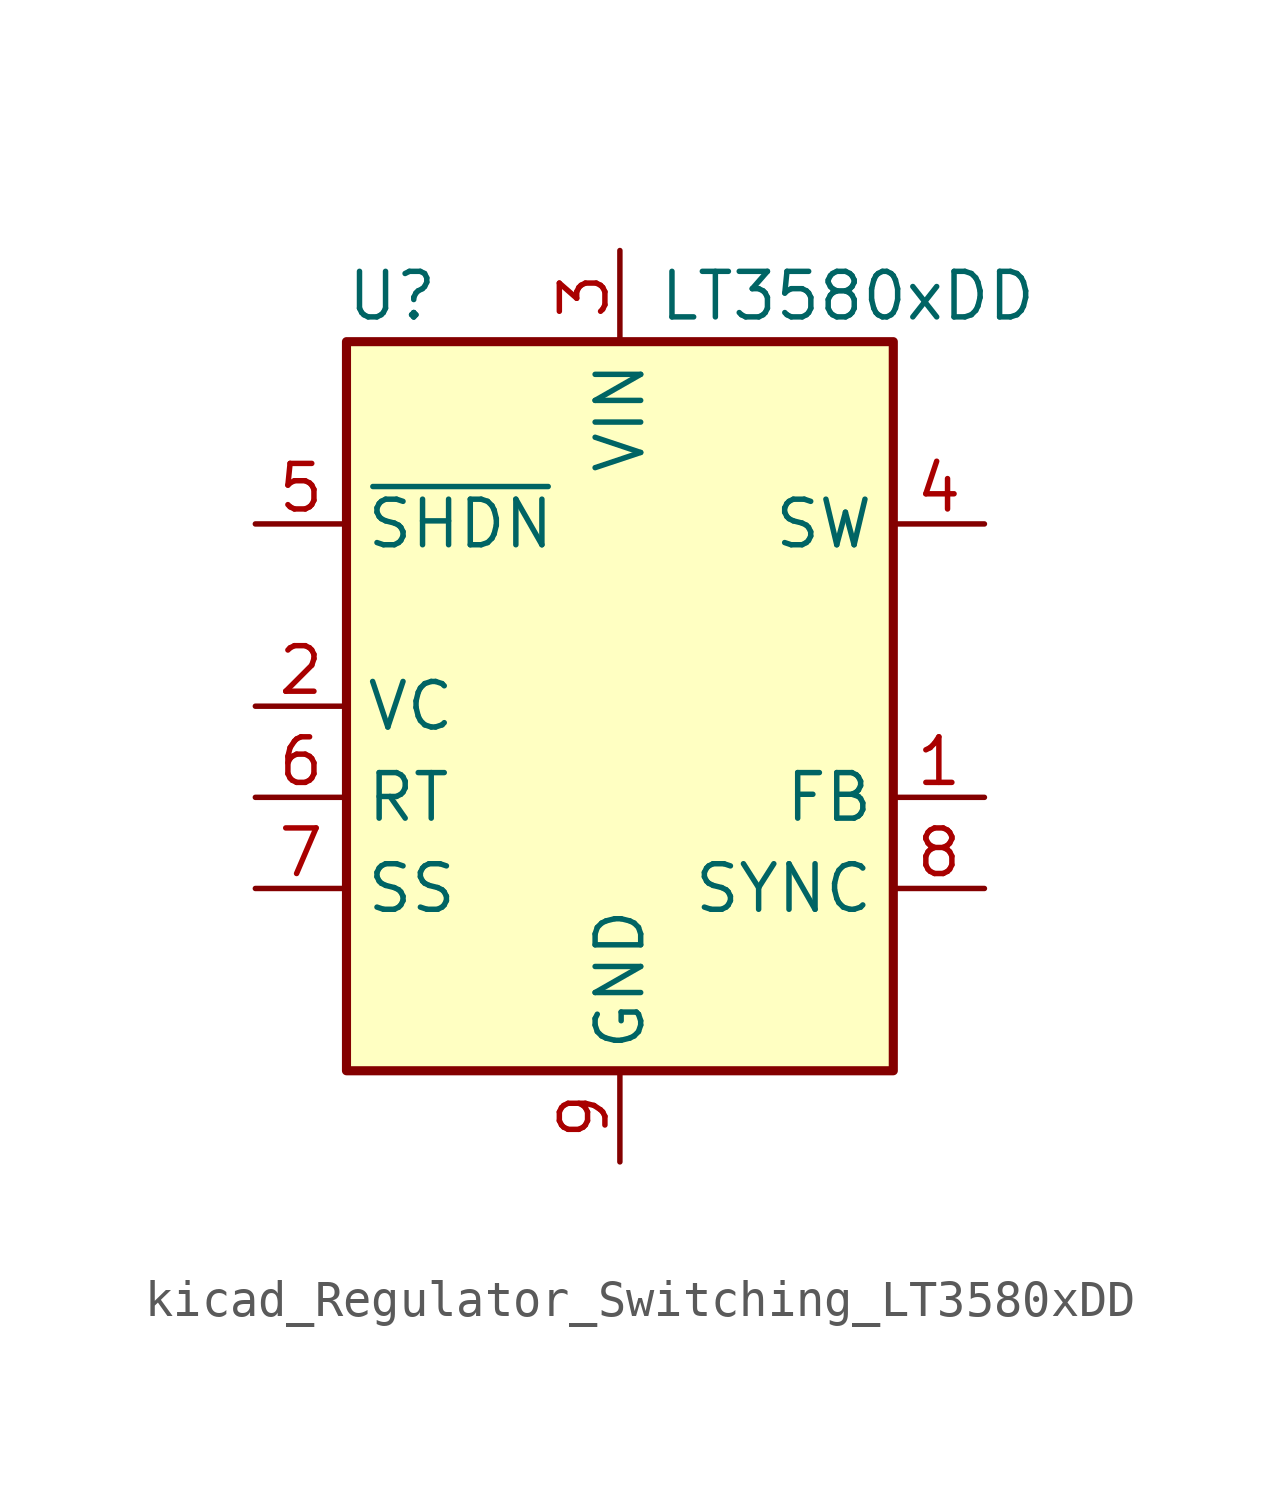
<source format=kicad_sym>
(kicad_symbol_lib
  (version 20220914)
  (generator kicad_symbol_editor)
  (symbol "kicad_Regulator_Switching_LT3580xDD"
    (property "Reference" "U"
      (at -6.35 11.43 0)
      (effects (font (size 1.27 1.27))))
    (property "Value" "LT3580xDD"
      (at 6.35 11.43 0)
      (effects (font (size 1.27 1.27))))
    (symbol "kicad_Regulator_Switching_LT3580xDD_0_1"
      (rectangle (start -7.62 10.16) (end 7.62 -10.16) (stroke (width 0.254) (type default)) (fill (type background))))
    (symbol "kicad_Regulator_Switching_LT3580xDD_1_1"
      (pin input line (at 10.16 -2.54 180) (length 2.54) (name "FB" (effects (font (size 1.27 1.27)))) (number "1" (effects (font (size 1.27 1.27)))))
      (pin passive line (at -10.16 0 0) (length 2.54) (name "VC" (effects (font (size 1.27 1.27)))) (number "2" (effects (font (size 1.27 1.27)))))
      (pin power_in line (at 0 12.7 270) (length 2.54) (name "VIN" (effects (font (size 1.27 1.27)))) (number "3" (effects (font (size 1.27 1.27)))))
      (pin open_collector line (at 10.16 5.08 180) (length 2.54) (name "SW" (effects (font (size 1.27 1.27)))) (number "4" (effects (font (size 1.27 1.27)))))
      (pin input line (at -10.16 5.08 0) (length 2.54) (name "~{SHDN}" (effects (font (size 1.27 1.27)))) (number "5" (effects (font (size 1.27 1.27)))))
      (pin passive line (at -10.16 -2.54 0) (length 2.54) (name "RT" (effects (font (size 1.27 1.27)))) (number "6" (effects (font (size 1.27 1.27)))))
      (pin passive line (at -10.16 -5.08 0) (length 2.54) (name "SS" (effects (font (size 1.27 1.27)))) (number "7" (effects (font (size 1.27 1.27)))))
      (pin input line (at 10.16 -5.08 180) (length 2.54) (name "SYNC" (effects (font (size 1.27 1.27)))) (number "8" (effects (font (size 1.27 1.27)))))
      (pin power_in line (at 0 -12.7 90) (length 2.54) (name "GND" (effects (font (size 1.27 1.27)))) (number "9" (effects (font (size 1.27 1.27))))))))
</source>
